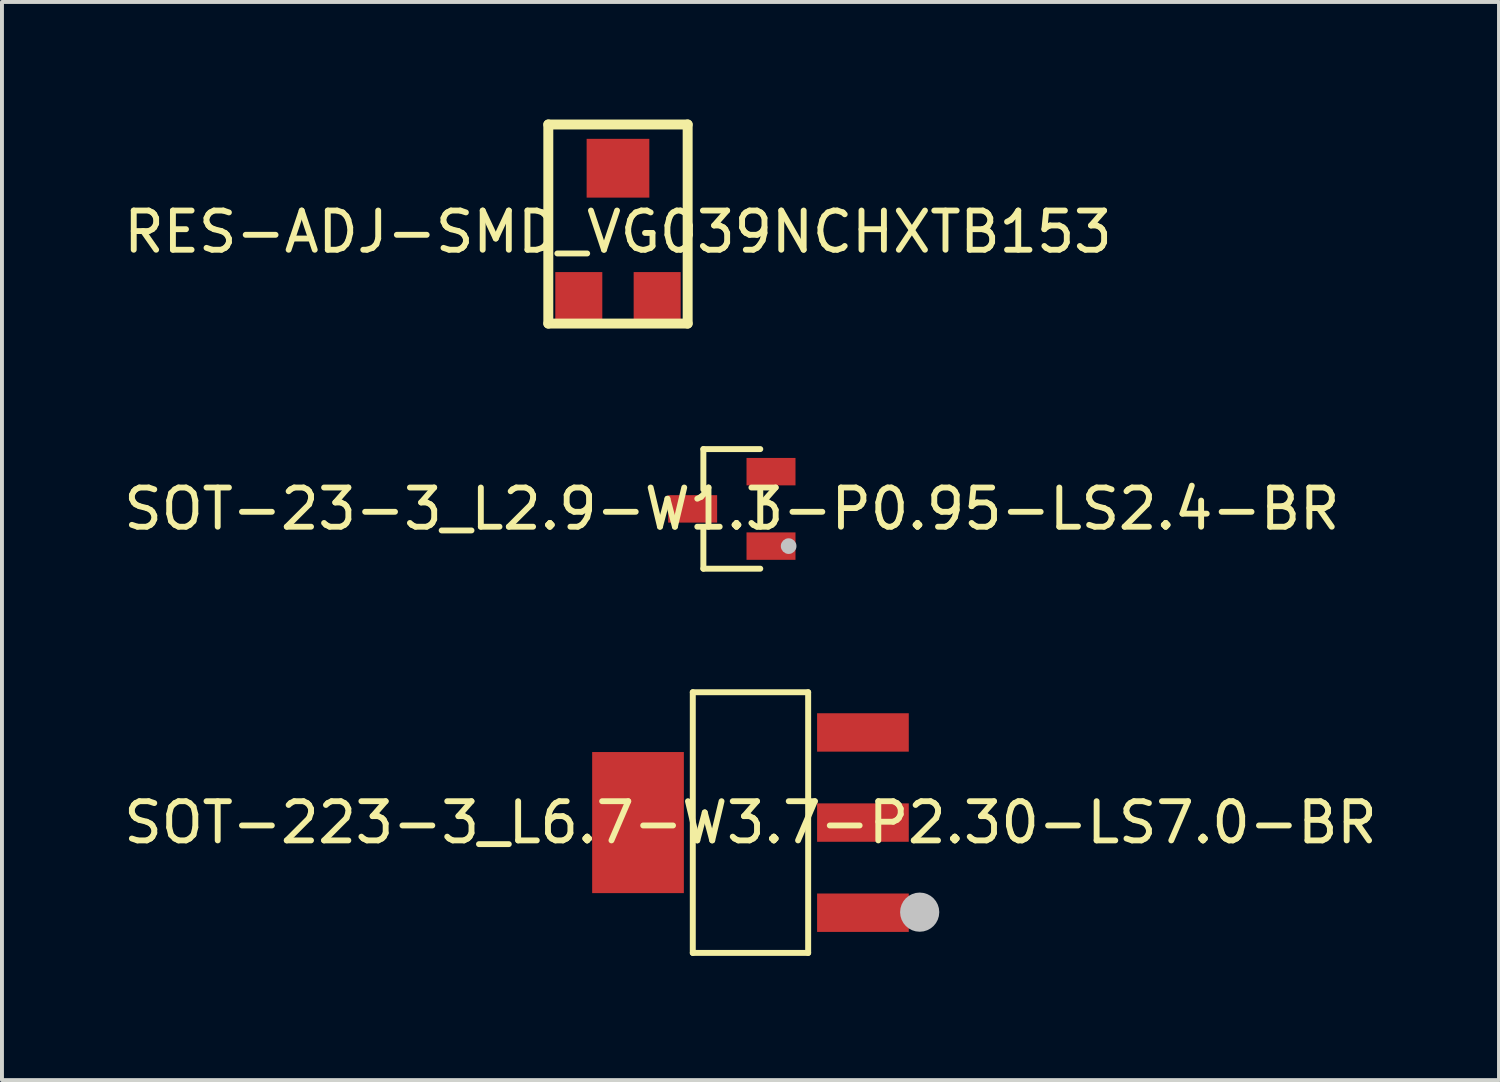
<source format=kicad_pcb>
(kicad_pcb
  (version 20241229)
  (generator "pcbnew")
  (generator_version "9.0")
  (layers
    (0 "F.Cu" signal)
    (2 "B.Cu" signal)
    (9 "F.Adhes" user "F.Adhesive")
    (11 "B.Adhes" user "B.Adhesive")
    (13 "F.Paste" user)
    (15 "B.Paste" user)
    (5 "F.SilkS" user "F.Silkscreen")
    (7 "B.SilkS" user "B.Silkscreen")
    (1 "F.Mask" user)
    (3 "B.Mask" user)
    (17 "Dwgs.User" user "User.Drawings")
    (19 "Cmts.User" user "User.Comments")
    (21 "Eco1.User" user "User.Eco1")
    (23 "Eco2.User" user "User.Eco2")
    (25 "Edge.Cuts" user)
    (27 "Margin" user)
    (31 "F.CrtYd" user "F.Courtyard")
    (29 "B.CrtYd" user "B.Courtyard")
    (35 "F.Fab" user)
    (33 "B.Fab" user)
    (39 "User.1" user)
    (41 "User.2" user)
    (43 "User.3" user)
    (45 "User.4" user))
  (footprint "RES-ADJ-SMD_VG039NCHXTB153"
    (layer "F.Cu")
    (at 12.72 2.868)
    (property "Reference" "RES-ADJ-SMD_VG039NCHXTB153" (at 0 0 0) (layer "F.SilkS") (effects (font (size 1 1) (thickness 0.15))))
    (fp_line (start -1.778 -2.741) (end -1.778 2.339) (stroke (width 0.254) (type default)) (layer "F.SilkS"))
    (fp_line (start -1.778 -2.741) (end 1.778 -2.741) (stroke (width 0.254) (type default)) (layer "F.SilkS"))
    (fp_line (start -1.778 2.339) (end 1.778 2.339) (stroke (width 0.254) (type default)) (layer "F.SilkS"))
    (fp_line (start 1.778 2.339) (end 1.778 -2.741) (stroke (width 0.254) (type default)) (layer "F.SilkS"))
    (fp_poly (pts (xy -1.425 1.125) (xy -0.575 1.125) (xy -0.575 1.775) (xy -1.425 1.775)) (stroke (width 0.1) (type default)) (fill no) (layer "User.1"))
    (fp_poly (pts (xy -0.75 -2.03) (xy 0.75 -2.03) (xy 0.75 -0.88) (xy -0.75 -0.88)) (stroke (width 0.1) (type default)) (fill no) (layer "User.1"))
    (fp_poly (pts (xy 0.575 1.125) (xy 1.425 1.125) (xy 1.425 1.775) (xy 0.575 1.775)) (stroke (width 0.1) (type default)) (fill no) (layer "User.1"))
    (fp_line (start -1.5 -1.975) (end 1.5 -1.975) (stroke (width 0.051) (type default)) (layer "User.2"))
    (fp_line (start -1.5 1.775) (end -1.5 -1.975) (stroke (width 0.051) (type default)) (layer "User.2"))
    (fp_line (start 1.5 -1.975) (end 1.5 1.775) (stroke (width 0.051) (type default)) (layer "User.2"))
    (fp_line (start 1.5 1.775) (end -1.5 1.775) (stroke (width 0.051) (type default)) (layer "User.2"))
    (fp_poly (pts (xy -1.304 1.736) (xy -1.334 1.664) (xy -1.389 1.609) (xy -1.461 1.579) (xy -1.539 1.579) (xy -1.611 1.609) (xy -1.666 1.664) (xy -1.696 1.736) (xy -1.696 1.814) (xy -1.666 1.886) (xy -1.611 1.941) (xy -1.539 1.971) (xy -1.461 1.971) (xy -1.389 1.941) (xy -1.334 1.886) (xy -1.304 1.814)) (stroke (width 0.1) (type default)) (fill no) (layer "User.3"))
    (pad "1" smd rect (at -1 1.625) (size 1.2 1.2) (layers "F.Cu" "F.Mask" "F.Paste"))
    (pad "2" smd rect (at 0 -1.625) (size 1.6 1.5) (layers "F.Cu" "F.Mask" "F.Paste"))
    (pad "3" smd rect (at 1 1.625) (size 1.2 1.2) (layers "F.Cu" "F.Mask" "F.Paste")))
  (footprint "SOT-223-3_L6.7-W3.7-P2.30-LS7.0-BR"
    (layer "F.Cu")
    (at 16.101 17.941)
    (property "Reference" "SOT-223-3_L6.7-W3.7-P2.30-LS7.0-BR" (at 0 0 0) (layer "F.SilkS") (effects (font (size 1 1) (thickness 0.15))))
    (fp_line (start -1.472 -3.326) (end 1.472 -3.326) (stroke (width 0.152) (type default)) (layer "F.SilkS"))
    (fp_line (start -1.472 3.326) (end -1.472 -3.326) (stroke (width 0.152) (type default)) (layer "F.SilkS"))
    (fp_line (start 1.472 -3.326) (end 1.472 3.326) (stroke (width 0.152) (type default)) (layer "F.SilkS"))
    (fp_line (start 1.472 3.326) (end -1.472 3.326) (stroke (width 0.152) (type default)) (layer "F.SilkS"))
    (fp_circle (center 4.318 2.286) (end 4.568 2.286) (stroke (width 0.5) (type default)) (fill no) (layer "Dwgs.User"))
    (fp_poly (pts (xy -3.475 1.475) (xy -3.475 -1.475) (xy -2.475 -1.475) (xy -2.475 1.475)) (stroke (width 0.1) (type default)) (fill no) (layer "User.1"))
    (fp_poly (pts (xy -2.485 1.475) (xy -2.485 -1.475) (xy -1.815 -1.475) (xy -1.815 1.475)) (stroke (width 0.1) (type default)) (fill no) (layer "User.1"))
    (fp_poly (pts (xy 1.815 -1.925) (xy 1.815 -2.675) (xy 2.485 -2.675) (xy 2.485 -1.925)) (stroke (width 0.1) (type default)) (fill no) (layer "User.1"))
    (fp_poly (pts (xy 1.815 0.375) (xy 1.815 -0.375) (xy 2.485 -0.375) (xy 2.485 0.375)) (stroke (width 0.1) (type default)) (fill no) (layer "User.1"))
    (fp_poly (pts (xy 1.815 2.675) (xy 1.815 1.925) (xy 2.485 1.925) (xy 2.485 2.675)) (stroke (width 0.1) (type default)) (fill no) (layer "User.1"))
    (fp_poly (pts (xy 2.475 -1.925) (xy 2.475 -2.675) (xy 3.475 -2.675) (xy 3.475 -1.925)) (stroke (width 0.1) (type default)) (fill no) (layer "User.1"))
    (fp_poly (pts (xy 2.475 0.375) (xy 2.475 -0.375) (xy 3.475 -0.375) (xy 3.475 0.375)) (stroke (width 0.1) (type default)) (fill no) (layer "User.1"))
    (fp_poly (pts (xy 2.475 2.675) (xy 2.475 1.925) (xy 3.475 1.925) (xy 3.475 2.675)) (stroke (width 0.1) (type default)) (fill no) (layer "User.1"))
    (fp_line (start -1.825 -3.325) (end 1.825 -3.325) (stroke (width 0.051) (type default)) (layer "User.2"))
    (fp_line (start -1.825 3.325) (end -1.825 -3.325) (stroke (width 0.051) (type default)) (layer "User.2"))
    (fp_line (start 1.825 -3.325) (end 1.825 3.325) (stroke (width 0.051) (type default)) (layer "User.2"))
    (fp_line (start 1.825 3.325) (end -1.825 3.325) (stroke (width 0.051) (type default)) (layer "User.2"))
    (fp_poly (pts (xy 3.671 3.286) (xy 3.641 3.214) (xy 3.586 3.159) (xy 3.514 3.129) (xy 3.436 3.129) (xy 3.364 3.159) (xy 3.309 3.214) (xy 3.279 3.286) (xy 3.279 3.364) (xy 3.309 3.436) (xy 3.364 3.491) (xy 3.436 3.521) (xy 3.514 3.521) (xy 3.586 3.491) (xy 3.641 3.436) (xy 3.671 3.364)) (stroke (width 0.1) (type default)) (fill no) (layer "User.3"))
    (pad "1" smd rect (at 2.87 2.3) (size 2.34 0.98) (layers "F.Cu" "F.Mask" "F.Paste"))
    (pad "2" smd rect (at 2.87 0) (size 2.34 0.98) (layers "F.Cu" "F.Mask" "F.Paste"))
    (pad "3" smd rect (at 2.87 -2.3) (size 2.34 0.98) (layers "F.Cu" "F.Mask" "F.Paste"))
    (pad "4" smd rect (at -2.87 0) (size 2.34 3.6) (layers "F.Cu" "F.Mask" "F.Paste")))
  (footprint "SOT-23-3_L2.9-W1.3-P0.95-LS2.4-BR"
    (layer "F.Cu")
    (at 15.625 9.936)
    (property "Reference" "SOT-23-3_L2.9-W1.3-P0.95-LS2.4-BR" (at 0 0 0) (layer "F.SilkS") (effects (font (size 1 1) (thickness 0.15))))
    (fp_line (start -0.726 -1.526) (end -0.726 -0.494) (stroke (width 0.152) (type default)) (layer "F.SilkS"))
    (fp_line (start -0.726 1.526) (end -0.726 0.494) (stroke (width 0.152) (type default)) (layer "F.SilkS"))
    (fp_line (start 0.726 -1.526) (end -0.726 -1.526) (stroke (width 0.152) (type default)) (layer "F.SilkS"))
    (fp_line (start 0.726 -0.456) (end 0.726 0.456) (stroke (width 0.152) (type default)) (layer "F.SilkS"))
    (fp_line (start 0.726 1.526) (end -0.726 1.526) (stroke (width 0.152) (type default)) (layer "F.SilkS"))
    (fp_circle (center 1.45 0.95) (end 1.55 0.95) (stroke (width 0.2) (type default)) (fill no) (layer "Dwgs.User"))
    (fp_poly (pts (xy -1.2 0.2) (xy -1.2 -0.2) (xy -0.8 -0.2) (xy -0.8 0.2)) (stroke (width 0.1) (type default)) (fill no) (layer "User.1"))
    (fp_poly (pts (xy -0.81 0.2) (xy -0.81 -0.2) (xy -0.64 -0.2) (xy -0.64 0.2)) (stroke (width 0.1) (type default)) (fill no) (layer "User.1"))
    (fp_poly (pts (xy 0.64 -0.75) (xy 0.64 -1.15) (xy 0.81 -1.15) (xy 0.81 -0.75)) (stroke (width 0.1) (type default)) (fill no) (layer "User.1"))
    (fp_poly (pts (xy 0.64 1.15) (xy 0.64 0.75) (xy 0.81 0.75) (xy 0.81 1.15)) (stroke (width 0.1) (type default)) (fill no) (layer "User.1"))
    (fp_poly (pts (xy 0.8 -0.75) (xy 0.8 -1.15) (xy 1.2 -1.15) (xy 1.2 -0.75)) (stroke (width 0.1) (type default)) (fill no) (layer "User.1"))
    (fp_poly (pts (xy 0.8 1.15) (xy 0.8 0.75) (xy 1.2 0.75) (xy 1.2 1.15)) (stroke (width 0.1) (type default)) (fill no) (layer "User.1"))
    (fp_line (start -0.65 -1.45) (end 0.65 -1.45) (stroke (width 0.051) (type default)) (layer "User.2"))
    (fp_line (start -0.65 1.45) (end -0.65 -1.45) (stroke (width 0.051) (type default)) (layer "User.2"))
    (fp_line (start 0.65 -1.45) (end 0.65 1.45) (stroke (width 0.051) (type default)) (layer "User.2"))
    (fp_line (start 0.65 1.45) (end -0.65 1.45) (stroke (width 0.051) (type default)) (layer "User.2"))
    (fp_poly (pts (xy 1.255 1.427) (xy 1.223 1.395) (xy 1.177 1.395) (xy 1.145 1.427) (xy 1.145 1.473) (xy 1.177 1.505) (xy 1.223 1.505) (xy 1.255 1.473)) (stroke (width 0.1) (type default)) (fill no) (layer "User.3"))
    (pad "1" smd rect (at 1 0.95) (size 1.25 0.7) (layers "F.Cu" "F.Mask" "F.Paste"))
    (pad "2" smd rect (at 1 -0.95) (size 1.25 0.7) (layers "F.Cu" "F.Mask" "F.Paste"))
    (pad "3" smd rect (at -1 0) (size 1.25 0.7) (layers "F.Cu" "F.Mask" "F.Paste")))
  (gr_rect
    (start -3 -3)
    (end 35.202 24.512)
    (stroke (width 0.1) (type default))
    (fill no)
    (layer "Edge.Cuts")))
</source>
